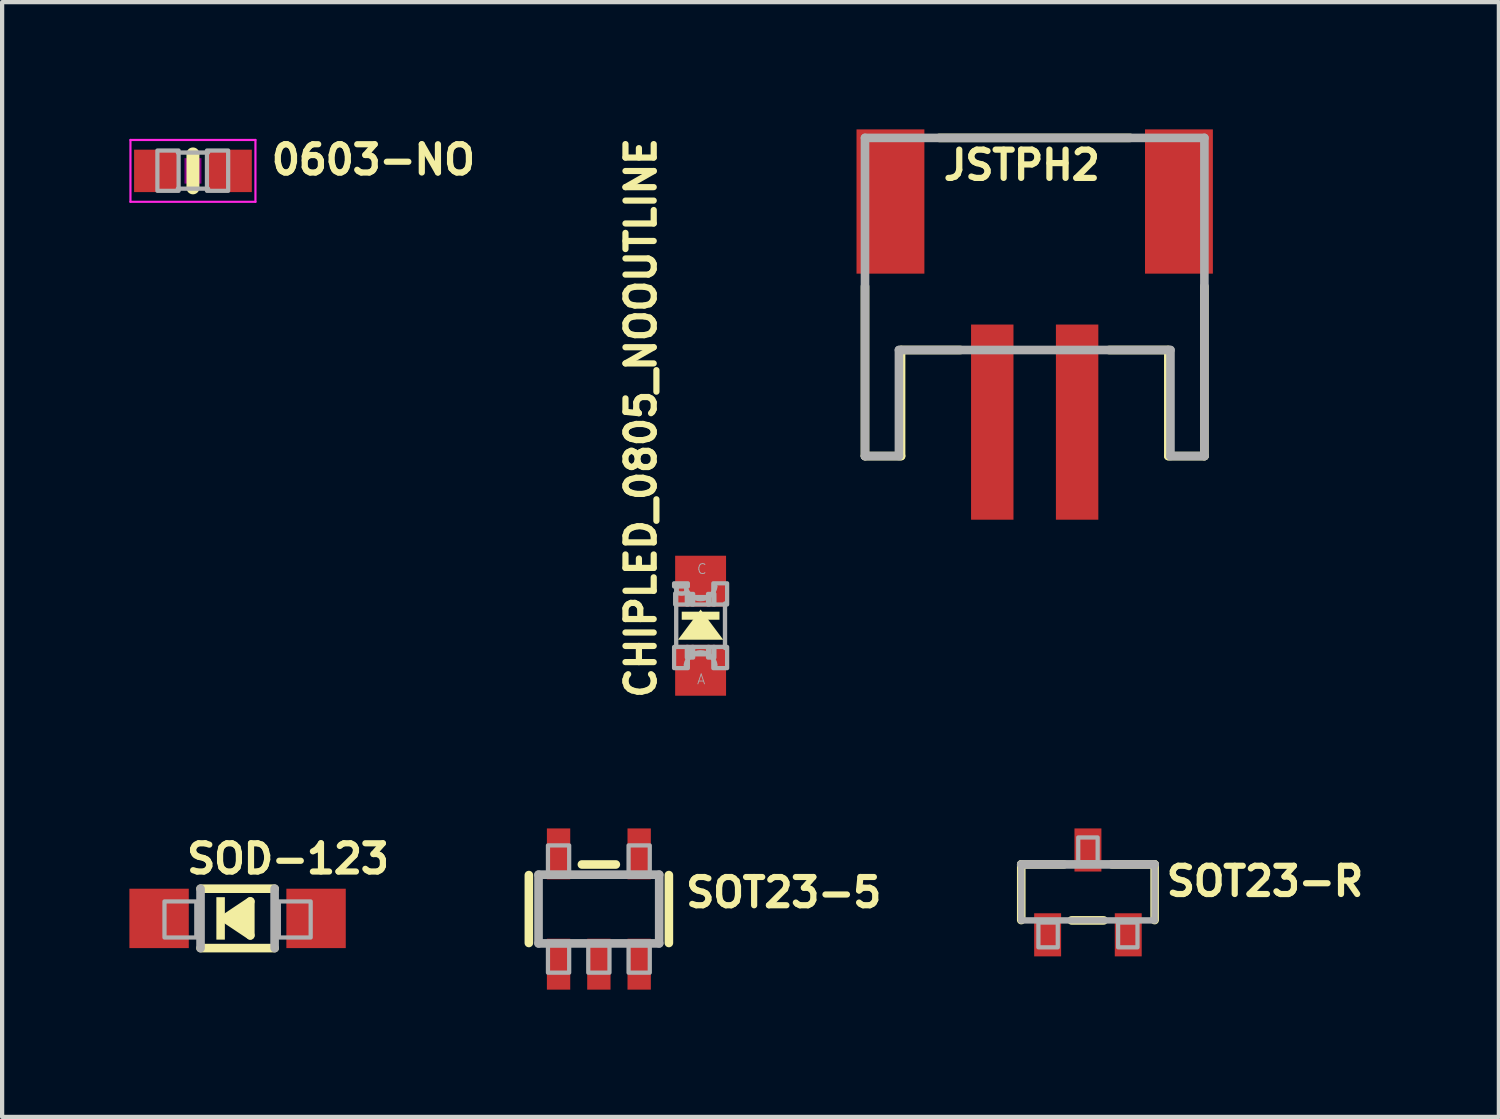
<source format=kicad_pcb>
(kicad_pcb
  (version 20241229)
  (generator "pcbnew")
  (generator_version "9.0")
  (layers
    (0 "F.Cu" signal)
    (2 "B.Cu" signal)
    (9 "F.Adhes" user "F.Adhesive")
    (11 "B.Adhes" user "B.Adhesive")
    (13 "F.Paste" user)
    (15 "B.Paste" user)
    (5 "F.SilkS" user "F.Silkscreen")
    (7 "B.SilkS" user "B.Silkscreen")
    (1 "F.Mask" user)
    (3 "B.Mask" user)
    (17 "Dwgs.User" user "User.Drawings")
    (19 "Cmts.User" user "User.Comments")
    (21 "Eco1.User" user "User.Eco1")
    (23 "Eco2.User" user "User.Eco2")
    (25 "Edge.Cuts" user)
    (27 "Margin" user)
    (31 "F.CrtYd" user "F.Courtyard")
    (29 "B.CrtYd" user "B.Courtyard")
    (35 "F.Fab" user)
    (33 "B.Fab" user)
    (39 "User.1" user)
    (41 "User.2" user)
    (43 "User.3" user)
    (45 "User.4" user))
  (footprint "0603-NO"
    (layer "F.Cu")
    (at 1.498 0.978)
    (property "Reference" "0603-NO" (at 1.778 0.127 0) (layer "F.SilkS") (effects (font (size 0.666 0.666) (thickness 0.146)) (justify left bottom)))
    (fp_line (start 0 -0.4) (end 0 0.4) (stroke (width 0.305) (type solid)) (layer "F.SilkS"))
    (fp_poly (pts (xy -0.2 0.3) (xy 0.2 0.3) (xy 0.2 -0.3) (xy -0.2 -0.3)) (stroke (width 0) (type solid)) (fill yes) (layer "F.Adhes"))
    (fp_line (start -1.473 -0.729) (end 1.473 -0.729) (stroke (width 0.051) (type solid)) (layer "F.CrtYd"))
    (fp_line (start -1.473 0.729) (end -1.473 -0.729) (stroke (width 0.051) (type solid)) (layer "F.CrtYd"))
    (fp_line (start 1.473 -0.729) (end 1.473 0.729) (stroke (width 0.051) (type solid)) (layer "F.CrtYd"))
    (fp_line (start 1.473 0.729) (end -1.473 0.729) (stroke (width 0.051) (type solid)) (layer "F.CrtYd"))
    (fp_line (start -0.356 -0.432) (end 0.356 -0.432) (stroke (width 0.102) (type solid)) (layer "F.Fab"))
    (fp_line (start -0.356 0.419) (end 0.356 0.419) (stroke (width 0.102) (type solid)) (layer "F.Fab"))
    (fp_poly (pts (xy -0.838 0.47) (xy -0.338 0.47) (xy -0.338 -0.48) (xy -0.838 -0.48)) (stroke (width 0.1) (type solid)) (fill no) (layer "F.Fab"))
    (fp_poly (pts (xy 0.33 0.47) (xy 0.83 0.47) (xy 0.83 -0.48) (xy 0.33 -0.48)) (stroke (width 0.1) (type solid)) (fill no) (layer "F.Fab"))
    (pad "1" smd rect (at -0.85 0) (size 1.075 1) (layers "F.Cu" "F.Mask" "F.Paste"))
    (pad "2" smd rect (at 0.85 0) (size 1.075 1) (layers "F.Cu" "F.Mask" "F.Paste")))
  (footprint "SOT23-5"
    (layer "F.Cu")
    (at 11.066 18.377)
    (property "Reference" "SOT23-5" (at 1.978 0 0) (layer "F.SilkS") (effects (font (size 0.666 0.666) (thickness 0.146)) (justify left bottom)))
    (fp_line (start -1.65 -0.8) (end -1.65 0.8) (stroke (width 0.203) (type solid)) (layer "F.SilkS"))
    (fp_line (start -0.4 -1.05) (end 0.4 -1.05) (stroke (width 0.203) (type solid)) (layer "F.SilkS"))
    (fp_line (start 1.65 -0.8) (end 1.65 0.8) (stroke (width 0.203) (type solid)) (layer "F.SilkS"))
    (fp_line (start -1.422 -0.81) (end 1.422 -0.81) (stroke (width 0.203) (type solid)) (layer "F.Fab"))
    (fp_line (start -1.422 0.81) (end -1.422 -0.81) (stroke (width 0.203) (type solid)) (layer "F.Fab"))
    (fp_line (start 1.422 -0.81) (end 1.422 0.81) (stroke (width 0.203) (type solid)) (layer "F.Fab"))
    (fp_line (start 1.422 0.81) (end -1.422 0.81) (stroke (width 0.203) (type solid)) (layer "F.Fab"))
    (fp_poly (pts (xy -1.2 -0.85) (xy -0.7 -0.85) (xy -0.7 -1.5) (xy -1.2 -1.5)) (stroke (width 0.1) (type solid)) (fill no) (layer "F.Fab"))
    (fp_poly (pts (xy -1.2 1.5) (xy -0.7 1.5) (xy -0.7 0.85) (xy -1.2 0.85)) (stroke (width 0.1) (type solid)) (fill no) (layer "F.Fab"))
    (fp_poly (pts (xy -0.25 1.5) (xy 0.25 1.5) (xy 0.25 0.85) (xy -0.25 0.85)) (stroke (width 0.1) (type solid)) (fill no) (layer "F.Fab"))
    (fp_poly (pts (xy 0.7 -0.85) (xy 1.2 -0.85) (xy 1.2 -1.5) (xy 0.7 -1.5)) (stroke (width 0.1) (type solid)) (fill no) (layer "F.Fab"))
    (fp_poly (pts (xy 0.7 1.5) (xy 1.2 1.5) (xy 1.2 0.85) (xy 0.7 0.85)) (stroke (width 0.1) (type solid)) (fill no) (layer "F.Fab"))
    (pad "1" smd rect (at -0.95 1.3) (size 0.55 1.2) (layers "F.Cu" "F.Mask" "F.Paste"))
    (pad "2" smd rect (at 0 1.3) (size 0.55 1.2) (layers "F.Cu" "F.Mask" "F.Paste"))
    (pad "3" smd rect (at 0.95 1.3) (size 0.55 1.2) (layers "F.Cu" "F.Mask" "F.Paste"))
    (pad "4" smd rect (at 0.95 -1.3) (size 0.55 1.2) (layers "F.Cu" "F.Mask" "F.Paste"))
    (pad "5" smd rect (at -0.95 -1.3) (size 0.55 1.2) (layers "F.Cu" "F.Mask" "F.Paste")))
  (footprint "CHIPLED_0805_NOOUTLINE"
    (layer "F.Cu")
    (at 13.464 11.699)
    (property "Reference" "CHIPLED_0805_NOOUTLINE" (at -1.016 1.778 90) (layer "F.SilkS") (effects (font (size 0.666 0.666) (thickness 0.146)) (justify left bottom)))
    (fp_poly (pts (xy 0.533 0.33) (xy -0.533 0.33) (xy 0 -0.381)) (stroke (width 0) (type solid)) (fill yes) (layer "F.SilkS"))
    (fp_poly (pts (xy -0.445 -0.141) (xy 0.445 -0.141) (xy 0.445 -0.331) (xy -0.445 -0.331)) (stroke (width 0) (type solid)) (fill yes) (layer "F.SilkS"))
    (fp_line (start -0.575 0.5) (end -0.575 -0.925) (stroke (width 0.102) (type solid)) (layer "F.Fab"))
    (fp_line (start 0.575 -0.525) (end 0.575 0.525) (stroke (width 0.102) (type solid)) (layer "F.Fab"))
    (fp_arc (start -0.35 0.925) (mid -0.000001 0.625027) (end 0.35 0.924998) (stroke (width 0.1016) (type solid)) (layer "F.Fab"))
    (fp_arc (start 0.35 -0.924998) (mid -0.000001 -0.625027) (end -0.35 -0.925) (stroke (width 0.1016) (type solid)) (layer "F.Fab"))
    (fp_circle (center -0.45 -0.85) (end -0.347 -0.85) (stroke (width 0.076) (type solid)) (fill no) (layer "F.Fab"))
    (fp_poly (pts (xy -0.625 -0.925) (xy -0.3 -0.925) (xy -0.3 -1) (xy -0.625 -1)) (stroke (width 0.1) (type solid)) (fill no) (layer "F.Fab"))
    (fp_poly (pts (xy -0.625 1) (xy -0.3 1) (xy -0.3 0.5) (xy -0.625 0.5)) (stroke (width 0.1) (type solid)) (fill no) (layer "F.Fab"))
    (fp_poly (pts (xy -0.6 -0.5) (xy -0.3 -0.5) (xy -0.3 -0.762) (xy -0.6 -0.762)) (stroke (width 0.1) (type solid)) (fill no) (layer "F.Fab"))
    (fp_poly (pts (xy -0.325 -0.5) (xy -0.175 -0.5) (xy -0.175 -0.75) (xy -0.325 -0.75)) (stroke (width 0.1) (type solid)) (fill no) (layer "F.Fab"))
    (fp_poly (pts (xy -0.325 0.75) (xy -0.175 0.75) (xy -0.175 0.5) (xy -0.325 0.5)) (stroke (width 0.1) (type solid)) (fill no) (layer "F.Fab"))
    (fp_poly (pts (xy -0.2 -0.5) (xy 0.2 -0.5) (xy 0.2 -0.675) (xy -0.2 -0.675)) (stroke (width 0.1) (type solid)) (fill no) (layer "F.Fab"))
    (fp_poly (pts (xy -0.2 0.675) (xy 0.2 0.675) (xy 0.2 0.5) (xy -0.2 0.5)) (stroke (width 0.1) (type solid)) (fill no) (layer "F.Fab"))
    (fp_poly (pts (xy 0.175 -0.5) (xy 0.325 -0.5) (xy 0.325 -0.75) (xy 0.175 -0.75)) (stroke (width 0.1) (type solid)) (fill no) (layer "F.Fab"))
    (fp_poly (pts (xy 0.175 0.75) (xy 0.325 0.75) (xy 0.325 0.5) (xy 0.175 0.5)) (stroke (width 0.1) (type solid)) (fill no) (layer "F.Fab"))
    (fp_poly (pts (xy 0.3 -0.5) (xy 0.625 -0.5) (xy 0.625 -1) (xy 0.3 -1)) (stroke (width 0.1) (type solid)) (fill no) (layer "F.Fab"))
    (fp_poly (pts (xy 0.3 1) (xy 0.625 1) (xy 0.625 0.5) (xy 0.3 0.5)) (stroke (width 0.1) (type solid)) (fill no) (layer "F.Fab"))
    (fp_text user "A" (at -0.1 1.4 0) (layer "F.Fab") (effects (font (size 0.234 0.234) (thickness 0.02)) (justify left bottom)))
    (fp_text user "C" (at -0.1 -1.2 0) (layer "F.Fab") (effects (font (size 0.234 0.234) (thickness 0.02)) (justify left bottom)))
    (pad "A" smd rect (at 0 1.05) (size 1.2 1.2) (layers "F.Cu" "F.Mask" "F.Paste"))
    (pad "C" smd rect (at 0 -1.05) (size 1.2 1.2) (layers "F.Cu" "F.Mask" "F.Paste")))
  (footprint "JSTPH2"
    (layer "F.Cu")
    (at 21.339 3.2)
    (property "Reference" "JSTPH2" (at -2.223 -1.968 0) (layer "F.SilkS") (effects (font (size 0.666 0.666) (thickness 0.146)) (justify left bottom)))
    (fp_line (start -4 4.5) (end -4 0.5) (stroke (width 0.203) (type solid)) (layer "F.SilkS"))
    (fp_line (start -3.15 2) (end -3.15 4.5) (stroke (width 0.203) (type solid)) (layer "F.SilkS"))
    (fp_line (start -3.15 4.5) (end -4 4.5) (stroke (width 0.203) (type solid)) (layer "F.SilkS"))
    (fp_line (start -2.25 -3) (end 2.25 -3) (stroke (width 0.203) (type solid)) (layer "F.SilkS"))
    (fp_line (start -1.75 2) (end -3.15 2) (stroke (width 0.203) (type solid)) (layer "F.SilkS"))
    (fp_line (start 3.15 2) (end 1.75 2) (stroke (width 0.203) (type solid)) (layer "F.SilkS"))
    (fp_line (start 3.15 4.5) (end 3.15 2) (stroke (width 0.203) (type solid)) (layer "F.SilkS"))
    (fp_line (start 4 0.5) (end 4 4.5) (stroke (width 0.203) (type solid)) (layer "F.SilkS"))
    (fp_line (start 4 4.5) (end 3.15 4.5) (stroke (width 0.203) (type solid)) (layer "F.SilkS"))
    (fp_line (start -4 -3) (end 4 -3) (stroke (width 0.203) (type solid)) (layer "F.Fab"))
    (fp_line (start -4 4.5) (end -4 -3) (stroke (width 0.203) (type solid)) (layer "F.Fab"))
    (fp_line (start -3.2 2) (end -3.2 4.5) (stroke (width 0.203) (type solid)) (layer "F.Fab"))
    (fp_line (start -3.2 4.5) (end -4 4.5) (stroke (width 0.203) (type solid)) (layer "F.Fab"))
    (fp_line (start 3.2 2) (end -3.2 2) (stroke (width 0.203) (type solid)) (layer "F.Fab"))
    (fp_line (start 3.2 4.5) (end 3.2 2) (stroke (width 0.203) (type solid)) (layer "F.Fab"))
    (fp_line (start 4 -3) (end 4 4.5) (stroke (width 0.203) (type solid)) (layer "F.Fab"))
    (fp_line (start 4 4.5) (end 3.2 4.5) (stroke (width 0.203) (type solid)) (layer "F.Fab"))
    (pad "1" smd rect (at -1 3.7) (size 1 4.6) (layers "F.Cu" "F.Mask" "F.Paste"))
    (pad "2" smd rect (at 1 3.7) (size 1 4.6) (layers "F.Cu" "F.Mask" "F.Paste"))
    (pad "NC1" smd rect (at -3.4 -1.5 90) (size 3.4 1.6) (layers "F.Cu" "F.Mask" "F.Paste"))
    (pad "NC2" smd rect (at 3.4 -1.5 90) (size 3.4 1.6) (layers "F.Cu" "F.Mask" "F.Paste")))
  (footprint "SOD-123"
    (layer "F.Cu")
    (at 2.55 18.598)
    (property "Reference" "SOD-123" (at -1.27 -1.016 0) (layer "F.SilkS") (effects (font (size 0.666 0.666) (thickness 0.146)) (justify left bottom)))
    (fp_line (start -0.873 -0.7) (end 0.873 -0.7) (stroke (width 0.203) (type solid)) (layer "F.SilkS"))
    (fp_line (start -0.3 0) (end 0.3 -0.4) (stroke (width 0.203) (type solid)) (layer "F.SilkS"))
    (fp_line (start 0.3 -0.4) (end 0.3 0.4) (stroke (width 0.203) (type solid)) (layer "F.SilkS"))
    (fp_line (start 0.3 0.4) (end -0.3 0) (stroke (width 0.203) (type solid)) (layer "F.SilkS"))
    (fp_line (start 0.873 0.7) (end -0.873 0.7) (stroke (width 0.203) (type solid)) (layer "F.SilkS"))
    (fp_poly (pts (xy 0.302 0.39) (xy -0.283 0) (xy 0.302 -0.39)) (stroke (width 0) (type solid)) (fill yes) (layer "F.SilkS"))
    (fp_poly (pts (xy -0.5 0.5) (xy -0.3 0.5) (xy -0.3 -0.5) (xy -0.5 -0.5)) (stroke (width 0) (type solid)) (fill yes) (layer "F.SilkS"))
    (fp_line (start -0.873 0.7) (end -0.873 -0.7) (stroke (width 0.203) (type solid)) (layer "F.Fab"))
    (fp_line (start 0.873 -0.7) (end 0.873 0.7) (stroke (width 0.203) (type solid)) (layer "F.Fab"))
    (fp_poly (pts (xy -1.723 0.45) (xy -0.973 0.45) (xy -0.973 -0.4) (xy -1.723 -0.4)) (stroke (width 0.1) (type solid)) (fill no) (layer "F.Fab"))
    (fp_poly (pts (xy 0.973 0.45) (xy 1.723 0.45) (xy 1.723 -0.4) (xy 0.973 -0.4)) (stroke (width 0.1) (type solid)) (fill no) (layer "F.Fab"))
    (pad "A" smd rect (at 1.85 0 90) (size 1.4 1.4) (layers "F.Cu" "F.Mask" "F.Paste"))
    (pad "C" smd rect (at -1.85 0 90) (size 1.4 1.4) (layers "F.Cu" "F.Mask" "F.Paste")))
  (footprint "SOT23-R"
    (layer "F.Cu")
    (at 22.594 17.985)
    (property "Reference" "SOT23-R" (at 1.778 0.127 0) (layer "F.SilkS") (effects (font (size 0.666 0.666) (thickness 0.146)) (justify left bottom)))
    (fp_line (start -1.572 -0.66) (end -0.564 -0.66) (stroke (width 0.203) (type solid)) (layer "F.SilkS"))
    (fp_line (start -1.572 0.652) (end -1.572 -0.66) (stroke (width 0.203) (type solid)) (layer "F.SilkS"))
    (fp_line (start 0.372 0.66) (end -0.386 0.66) (stroke (width 0.203) (type solid)) (layer "F.SilkS"))
    (fp_line (start 0.564 -0.66) (end 1.572 -0.66) (stroke (width 0.203) (type solid)) (layer "F.SilkS"))
    (fp_line (start 1.572 -0.66) (end 1.572 0.652) (stroke (width 0.203) (type solid)) (layer "F.SilkS"))
    (fp_line (start -1.572 -0.66) (end 1.572 -0.66) (stroke (width 0.203) (type solid)) (layer "F.Fab"))
    (fp_line (start -1.572 0.66) (end -1.572 -0.66) (stroke (width 0.152) (type solid)) (layer "F.Fab"))
    (fp_line (start 1.572 -0.66) (end 1.572 0.66) (stroke (width 0.152) (type solid)) (layer "F.Fab"))
    (fp_line (start 1.572 0.66) (end -1.572 0.66) (stroke (width 0.152) (type solid)) (layer "F.Fab"))
    (fp_poly (pts (xy -1.168 1.295) (xy -0.711 1.295) (xy -0.711 0.711) (xy -1.168 0.711)) (stroke (width 0.1) (type solid)) (fill no) (layer "F.Fab"))
    (fp_poly (pts (xy -0.229 -0.711) (xy 0.229 -0.711) (xy 0.229 -1.295) (xy -0.229 -1.295)) (stroke (width 0.1) (type solid)) (fill no) (layer "F.Fab"))
    (fp_poly (pts (xy 0.711 1.295) (xy 1.168 1.295) (xy 1.168 0.711) (xy 0.711 0.711)) (stroke (width 0.1) (type solid)) (fill no) (layer "F.Fab"))
    (pad "1" smd rect (at -0.95 1) (size 0.635 1.016) (layers "F.Cu" "F.Mask" "F.Paste"))
    (pad "2" smd rect (at 0.95 1) (size 0.635 1.016) (layers "F.Cu" "F.Mask" "F.Paste"))
    (pad "3" smd rect (at 0 -1) (size 0.635 1.016) (layers "F.Cu" "F.Mask" "F.Paste")))
  (gr_rect
    (start -3 -3)
    (end 32.28 23.277)
    (stroke (width 0.1) (type default))
    (fill no)
    (layer "Edge.Cuts")))
</source>
